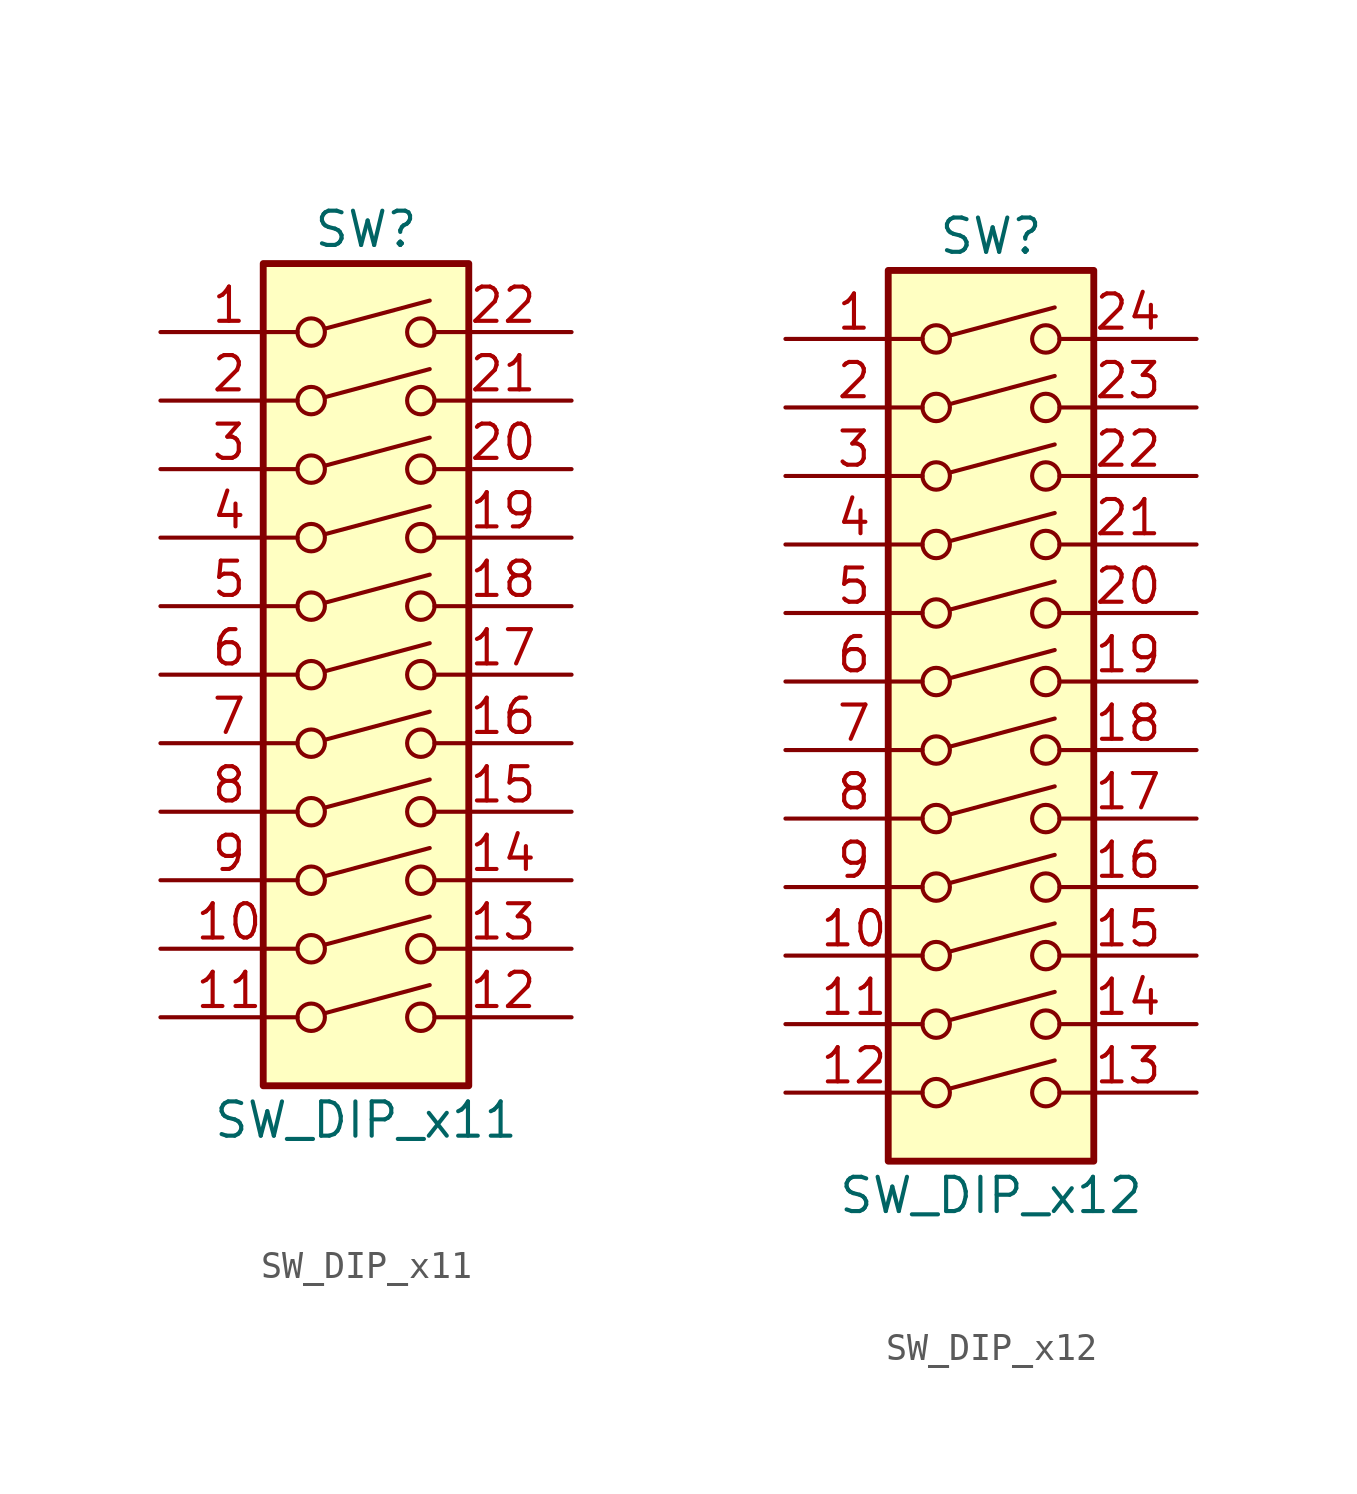
<source format=kicad_sym>
(kicad_symbol_lib
  (version 20211014)
  (generator kicad_symbol_editor)
  (symbol "SW_DIP_x11"
    (pin_names
      (offset 0) hide)
    (property "Reference" "SW"
      (at 0 19.05 0)
      (effects (font (size 1.27 1.27))))
    (property "Value" "SW_DIP_x11"
      (at 0 -13.97 0)
      (effects (font (size 1.27 1.27))))
    (symbol "SW_DIP_x11_0_0"
      (circle (center -2.032 -10.16) (radius 0.508) (stroke (width 0) (type default) (color 0 0 0 0)) (fill (type none)))
      (circle (center -2.032 -7.62) (radius 0.508) (stroke (width 0) (type default) (color 0 0 0 0)) (fill (type none)))
      (circle (center -2.032 -5.08) (radius 0.508) (stroke (width 0) (type default) (color 0 0 0 0)) (fill (type none)))
      (circle (center -2.032 -2.54) (radius 0.508) (stroke (width 0) (type default) (color 0 0 0 0)) (fill (type none)))
      (circle (center -2.032 0) (radius 0.508) (stroke (width 0) (type default) (color 0 0 0 0)) (fill (type none)))
      (circle (center -2.032 2.54) (radius 0.508) (stroke (width 0) (type default) (color 0 0 0 0)) (fill (type none)))
      (circle (center -2.032 5.08) (radius 0.508) (stroke (width 0) (type default) (color 0 0 0 0)) (fill (type none)))
      (circle (center -2.032 7.62) (radius 0.508) (stroke (width 0) (type default) (color 0 0 0 0)) (fill (type none)))
      (circle (center -2.032 10.16) (radius 0.508) (stroke (width 0) (type default) (color 0 0 0 0)) (fill (type none)))
      (circle (center -2.032 12.7) (radius 0.508) (stroke (width 0) (type default) (color 0 0 0 0)) (fill (type none)))
      (circle (center -2.032 15.24) (radius 0.508) (stroke (width 0) (type default) (color 0 0 0 0)) (fill (type none)))
      (polyline (pts (xy -1.524 -10.008) (xy 2.362 -8.966)) (stroke (width 0) (type default) (color 0 0 0 0)) (fill (type none)))
      (polyline (pts (xy -1.524 -7.468) (xy 2.362 -6.426)) (stroke (width 0) (type default) (color 0 0 0 0)) (fill (type none)))
      (polyline (pts (xy -1.524 -4.928) (xy 2.362 -3.886)) (stroke (width 0) (type default) (color 0 0 0 0)) (fill (type none)))
      (polyline (pts (xy -1.524 -2.388) (xy 2.362 -1.346)) (stroke (width 0) (type default) (color 0 0 0 0)) (fill (type none)))
      (polyline (pts (xy -1.524 0.127) (xy 2.362 1.168)) (stroke (width 0) (type default) (color 0 0 0 0)) (fill (type none)))
      (polyline (pts (xy -1.524 2.667) (xy 2.362 3.708)) (stroke (width 0) (type default) (color 0 0 0 0)) (fill (type none)))
      (polyline (pts (xy -1.524 5.207) (xy 2.362 6.248)) (stroke (width 0) (type default) (color 0 0 0 0)) (fill (type none)))
      (polyline (pts (xy -1.524 7.747) (xy 2.362 8.788)) (stroke (width 0) (type default) (color 0 0 0 0)) (fill (type none)))
      (polyline (pts (xy -1.524 10.287) (xy 2.362 11.328)) (stroke (width 0) (type default) (color 0 0 0 0)) (fill (type none)))
      (polyline (pts (xy -1.524 12.827) (xy 2.362 13.868)) (stroke (width 0) (type default) (color 0 0 0 0)) (fill (type none)))
      (polyline (pts (xy -1.524 15.367) (xy 2.362 16.408)) (stroke (width 0) (type default) (color 0 0 0 0)) (fill (type none)))
      (circle (center 2.032 -10.16) (radius 0.508) (stroke (width 0) (type default) (color 0 0 0 0)) (fill (type none)))
      (circle (center 2.032 -7.62) (radius 0.508) (stroke (width 0) (type default) (color 0 0 0 0)) (fill (type none)))
      (circle (center 2.032 -5.08) (radius 0.508) (stroke (width 0) (type default) (color 0 0 0 0)) (fill (type none)))
      (circle (center 2.032 -2.54) (radius 0.508) (stroke (width 0) (type default) (color 0 0 0 0)) (fill (type none)))
      (circle (center 2.032 0) (radius 0.508) (stroke (width 0) (type default) (color 0 0 0 0)) (fill (type none)))
      (circle (center 2.032 2.54) (radius 0.508) (stroke (width 0) (type default) (color 0 0 0 0)) (fill (type none)))
      (circle (center 2.032 5.08) (radius 0.508) (stroke (width 0) (type default) (color 0 0 0 0)) (fill (type none)))
      (circle (center 2.032 7.62) (radius 0.508) (stroke (width 0) (type default) (color 0 0 0 0)) (fill (type none)))
      (circle (center 2.032 10.16) (radius 0.508) (stroke (width 0) (type default) (color 0 0 0 0)) (fill (type none)))
      (circle (center 2.032 12.7) (radius 0.508) (stroke (width 0) (type default) (color 0 0 0 0)) (fill (type none)))
      (circle (center 2.032 15.24) (radius 0.508) (stroke (width 0) (type default) (color 0 0 0 0)) (fill (type none))))
    (symbol "SW_DIP_x11_0_1"
      (rectangle (start -3.81 17.78) (end 3.81 -12.7) (stroke (width 0.254) (type default) (color 0 0 0 0)) (fill (type background))))
    (symbol "SW_DIP_x11_1_1"
      (pin passive line (at -7.62 15.24 0) (length 5.08) (name "~" (effects (font (size 1.27 1.27)))) (number "1" (effects (font (size 1.27 1.27)))))
      (pin passive line (at -7.62 -7.62 0) (length 5.08) (name "~" (effects (font (size 1.27 1.27)))) (number "10" (effects (font (size 1.27 1.27)))))
      (pin passive line (at -7.62 -10.16 0) (length 5.08) (name "~" (effects (font (size 1.27 1.27)))) (number "11" (effects (font (size 1.27 1.27)))))
      (pin passive line (at 7.62 -10.16 180) (length 5.08) (name "~" (effects (font (size 1.27 1.27)))) (number "12" (effects (font (size 1.27 1.27)))))
      (pin passive line (at 7.62 -7.62 180) (length 5.08) (name "~" (effects (font (size 1.27 1.27)))) (number "13" (effects (font (size 1.27 1.27)))))
      (pin passive line (at 7.62 -5.08 180) (length 5.08) (name "~" (effects (font (size 1.27 1.27)))) (number "14" (effects (font (size 1.27 1.27)))))
      (pin passive line (at 7.62 -2.54 180) (length 5.08) (name "~" (effects (font (size 1.27 1.27)))) (number "15" (effects (font (size 1.27 1.27)))))
      (pin passive line (at 7.62 0 180) (length 5.08) (name "~" (effects (font (size 1.27 1.27)))) (number "16" (effects (font (size 1.27 1.27)))))
      (pin passive line (at 7.62 2.54 180) (length 5.08) (name "~" (effects (font (size 1.27 1.27)))) (number "17" (effects (font (size 1.27 1.27)))))
      (pin passive line (at 7.62 5.08 180) (length 5.08) (name "~" (effects (font (size 1.27 1.27)))) (number "18" (effects (font (size 1.27 1.27)))))
      (pin passive line (at 7.62 7.62 180) (length 5.08) (name "~" (effects (font (size 1.27 1.27)))) (number "19" (effects (font (size 1.27 1.27)))))
      (pin passive line (at -7.62 12.7 0) (length 5.08) (name "~" (effects (font (size 1.27 1.27)))) (number "2" (effects (font (size 1.27 1.27)))))
      (pin passive line (at 7.62 10.16 180) (length 5.08) (name "~" (effects (font (size 1.27 1.27)))) (number "20" (effects (font (size 1.27 1.27)))))
      (pin passive line (at 7.62 12.7 180) (length 5.08) (name "~" (effects (font (size 1.27 1.27)))) (number "21" (effects (font (size 1.27 1.27)))))
      (pin passive line (at 7.62 15.24 180) (length 5.08) (name "~" (effects (font (size 1.27 1.27)))) (number "22" (effects (font (size 1.27 1.27)))))
      (pin passive line (at -7.62 10.16 0) (length 5.08) (name "~" (effects (font (size 1.27 1.27)))) (number "3" (effects (font (size 1.27 1.27)))))
      (pin passive line (at -7.62 7.62 0) (length 5.08) (name "~" (effects (font (size 1.27 1.27)))) (number "4" (effects (font (size 1.27 1.27)))))
      (pin passive line (at -7.62 5.08 0) (length 5.08) (name "~" (effects (font (size 1.27 1.27)))) (number "5" (effects (font (size 1.27 1.27)))))
      (pin passive line (at -7.62 2.54 0) (length 5.08) (name "~" (effects (font (size 1.27 1.27)))) (number "6" (effects (font (size 1.27 1.27)))))
      (pin passive line (at -7.62 0 0) (length 5.08) (name "~" (effects (font (size 1.27 1.27)))) (number "7" (effects (font (size 1.27 1.27)))))
      (pin passive line (at -7.62 -2.54 0) (length 5.08) (name "~" (effects (font (size 1.27 1.27)))) (number "8" (effects (font (size 1.27 1.27)))))
      (pin passive line (at -7.62 -5.08 0) (length 5.08) (name "~" (effects (font (size 1.27 1.27)))) (number "9" (effects (font (size 1.27 1.27)))))))
  (symbol "SW_DIP_x12"
    (pin_names
      (offset 0) hide)
    (property "Reference" "SW"
      (at 0 19.05 0)
      (effects (font (size 1.27 1.27))))
    (property "Value" "SW_DIP_x12"
      (at 0 -16.51 0)
      (effects (font (size 1.27 1.27))))
    (symbol "SW_DIP_x12_0_0"
      (circle (center -2.032 -12.7) (radius 0.508) (stroke (width 0) (type default) (color 0 0 0 0)) (fill (type none)))
      (circle (center -2.032 -10.16) (radius 0.508) (stroke (width 0) (type default) (color 0 0 0 0)) (fill (type none)))
      (circle (center -2.032 -7.62) (radius 0.508) (stroke (width 0) (type default) (color 0 0 0 0)) (fill (type none)))
      (circle (center -2.032 -5.08) (radius 0.508) (stroke (width 0) (type default) (color 0 0 0 0)) (fill (type none)))
      (circle (center -2.032 -2.54) (radius 0.508) (stroke (width 0) (type default) (color 0 0 0 0)) (fill (type none)))
      (circle (center -2.032 0) (radius 0.508) (stroke (width 0) (type default) (color 0 0 0 0)) (fill (type none)))
      (circle (center -2.032 2.54) (radius 0.508) (stroke (width 0) (type default) (color 0 0 0 0)) (fill (type none)))
      (circle (center -2.032 5.08) (radius 0.508) (stroke (width 0) (type default) (color 0 0 0 0)) (fill (type none)))
      (circle (center -2.032 7.62) (radius 0.508) (stroke (width 0) (type default) (color 0 0 0 0)) (fill (type none)))
      (circle (center -2.032 10.16) (radius 0.508) (stroke (width 0) (type default) (color 0 0 0 0)) (fill (type none)))
      (circle (center -2.032 12.7) (radius 0.508) (stroke (width 0) (type default) (color 0 0 0 0)) (fill (type none)))
      (circle (center -2.032 15.24) (radius 0.508) (stroke (width 0) (type default) (color 0 0 0 0)) (fill (type none)))
      (polyline (pts (xy -1.524 -12.548) (xy 2.362 -11.506)) (stroke (width 0) (type default) (color 0 0 0 0)) (fill (type none)))
      (polyline (pts (xy -1.524 -10.008) (xy 2.362 -8.966)) (stroke (width 0) (type default) (color 0 0 0 0)) (fill (type none)))
      (polyline (pts (xy -1.524 -7.468) (xy 2.362 -6.426)) (stroke (width 0) (type default) (color 0 0 0 0)) (fill (type none)))
      (polyline (pts (xy -1.524 -4.928) (xy 2.362 -3.886)) (stroke (width 0) (type default) (color 0 0 0 0)) (fill (type none)))
      (polyline (pts (xy -1.524 -2.388) (xy 2.362 -1.346)) (stroke (width 0) (type default) (color 0 0 0 0)) (fill (type none)))
      (polyline (pts (xy -1.524 0.127) (xy 2.362 1.168)) (stroke (width 0) (type default) (color 0 0 0 0)) (fill (type none)))
      (polyline (pts (xy -1.524 2.667) (xy 2.362 3.708)) (stroke (width 0) (type default) (color 0 0 0 0)) (fill (type none)))
      (polyline (pts (xy -1.524 5.207) (xy 2.362 6.248)) (stroke (width 0) (type default) (color 0 0 0 0)) (fill (type none)))
      (polyline (pts (xy -1.524 7.747) (xy 2.362 8.788)) (stroke (width 0) (type default) (color 0 0 0 0)) (fill (type none)))
      (polyline (pts (xy -1.524 10.287) (xy 2.362 11.328)) (stroke (width 0) (type default) (color 0 0 0 0)) (fill (type none)))
      (polyline (pts (xy -1.524 12.827) (xy 2.362 13.868)) (stroke (width 0) (type default) (color 0 0 0 0)) (fill (type none)))
      (polyline (pts (xy -1.524 15.367) (xy 2.362 16.408)) (stroke (width 0) (type default) (color 0 0 0 0)) (fill (type none)))
      (circle (center 2.032 -12.7) (radius 0.508) (stroke (width 0) (type default) (color 0 0 0 0)) (fill (type none)))
      (circle (center 2.032 -10.16) (radius 0.508) (stroke (width 0) (type default) (color 0 0 0 0)) (fill (type none)))
      (circle (center 2.032 -7.62) (radius 0.508) (stroke (width 0) (type default) (color 0 0 0 0)) (fill (type none)))
      (circle (center 2.032 -5.08) (radius 0.508) (stroke (width 0) (type default) (color 0 0 0 0)) (fill (type none)))
      (circle (center 2.032 -2.54) (radius 0.508) (stroke (width 0) (type default) (color 0 0 0 0)) (fill (type none)))
      (circle (center 2.032 0) (radius 0.508) (stroke (width 0) (type default) (color 0 0 0 0)) (fill (type none)))
      (circle (center 2.032 2.54) (radius 0.508) (stroke (width 0) (type default) (color 0 0 0 0)) (fill (type none)))
      (circle (center 2.032 5.08) (radius 0.508) (stroke (width 0) (type default) (color 0 0 0 0)) (fill (type none)))
      (circle (center 2.032 7.62) (radius 0.508) (stroke (width 0) (type default) (color 0 0 0 0)) (fill (type none)))
      (circle (center 2.032 10.16) (radius 0.508) (stroke (width 0) (type default) (color 0 0 0 0)) (fill (type none)))
      (circle (center 2.032 12.7) (radius 0.508) (stroke (width 0) (type default) (color 0 0 0 0)) (fill (type none)))
      (circle (center 2.032 15.24) (radius 0.508) (stroke (width 0) (type default) (color 0 0 0 0)) (fill (type none))))
    (symbol "SW_DIP_x12_0_1"
      (rectangle (start -3.81 17.78) (end 3.81 -15.24) (stroke (width 0.254) (type default) (color 0 0 0 0)) (fill (type background))))
    (symbol "SW_DIP_x12_1_1"
      (pin passive line (at -7.62 15.24 0) (length 5.08) (name "~" (effects (font (size 1.27 1.27)))) (number "1" (effects (font (size 1.27 1.27)))))
      (pin passive line (at -7.62 -7.62 0) (length 5.08) (name "~" (effects (font (size 1.27 1.27)))) (number "10" (effects (font (size 1.27 1.27)))))
      (pin passive line (at -7.62 -10.16 0) (length 5.08) (name "~" (effects (font (size 1.27 1.27)))) (number "11" (effects (font (size 1.27 1.27)))))
      (pin passive line (at -7.62 -12.7 0) (length 5.08) (name "~" (effects (font (size 1.27 1.27)))) (number "12" (effects (font (size 1.27 1.27)))))
      (pin passive line (at 7.62 -12.7 180) (length 5.08) (name "~" (effects (font (size 1.27 1.27)))) (number "13" (effects (font (size 1.27 1.27)))))
      (pin passive line (at 7.62 -10.16 180) (length 5.08) (name "~" (effects (font (size 1.27 1.27)))) (number "14" (effects (font (size 1.27 1.27)))))
      (pin passive line (at 7.62 -7.62 180) (length 5.08) (name "~" (effects (font (size 1.27 1.27)))) (number "15" (effects (font (size 1.27 1.27)))))
      (pin passive line (at 7.62 -5.08 180) (length 5.08) (name "~" (effects (font (size 1.27 1.27)))) (number "16" (effects (font (size 1.27 1.27)))))
      (pin passive line (at 7.62 -2.54 180) (length 5.08) (name "~" (effects (font (size 1.27 1.27)))) (number "17" (effects (font (size 1.27 1.27)))))
      (pin passive line (at 7.62 0 180) (length 5.08) (name "~" (effects (font (size 1.27 1.27)))) (number "18" (effects (font (size 1.27 1.27)))))
      (pin passive line (at 7.62 2.54 180) (length 5.08) (name "~" (effects (font (size 1.27 1.27)))) (number "19" (effects (font (size 1.27 1.27)))))
      (pin passive line (at -7.62 12.7 0) (length 5.08) (name "~" (effects (font (size 1.27 1.27)))) (number "2" (effects (font (size 1.27 1.27)))))
      (pin passive line (at 7.62 5.08 180) (length 5.08) (name "~" (effects (font (size 1.27 1.27)))) (number "20" (effects (font (size 1.27 1.27)))))
      (pin passive line (at 7.62 7.62 180) (length 5.08) (name "~" (effects (font (size 1.27 1.27)))) (number "21" (effects (font (size 1.27 1.27)))))
      (pin passive line (at 7.62 10.16 180) (length 5.08) (name "~" (effects (font (size 1.27 1.27)))) (number "22" (effects (font (size 1.27 1.27)))))
      (pin passive line (at 7.62 12.7 180) (length 5.08) (name "~" (effects (font (size 1.27 1.27)))) (number "23" (effects (font (size 1.27 1.27)))))
      (pin passive line (at 7.62 15.24 180) (length 5.08) (name "~" (effects (font (size 1.27 1.27)))) (number "24" (effects (font (size 1.27 1.27)))))
      (pin passive line (at -7.62 10.16 0) (length 5.08) (name "~" (effects (font (size 1.27 1.27)))) (number "3" (effects (font (size 1.27 1.27)))))
      (pin passive line (at -7.62 7.62 0) (length 5.08) (name "~" (effects (font (size 1.27 1.27)))) (number "4" (effects (font (size 1.27 1.27)))))
      (pin passive line (at -7.62 5.08 0) (length 5.08) (name "~" (effects (font (size 1.27 1.27)))) (number "5" (effects (font (size 1.27 1.27)))))
      (pin passive line (at -7.62 2.54 0) (length 5.08) (name "~" (effects (font (size 1.27 1.27)))) (number "6" (effects (font (size 1.27 1.27)))))
      (pin passive line (at -7.62 0 0) (length 5.08) (name "~" (effects (font (size 1.27 1.27)))) (number "7" (effects (font (size 1.27 1.27)))))
      (pin passive line (at -7.62 -2.54 0) (length 5.08) (name "~" (effects (font (size 1.27 1.27)))) (number "8" (effects (font (size 1.27 1.27)))))
      (pin passive line (at -7.62 -5.08 0) (length 5.08) (name "~" (effects (font (size 1.27 1.27)))) (number "9" (effects (font (size 1.27 1.27))))))))
</source>
